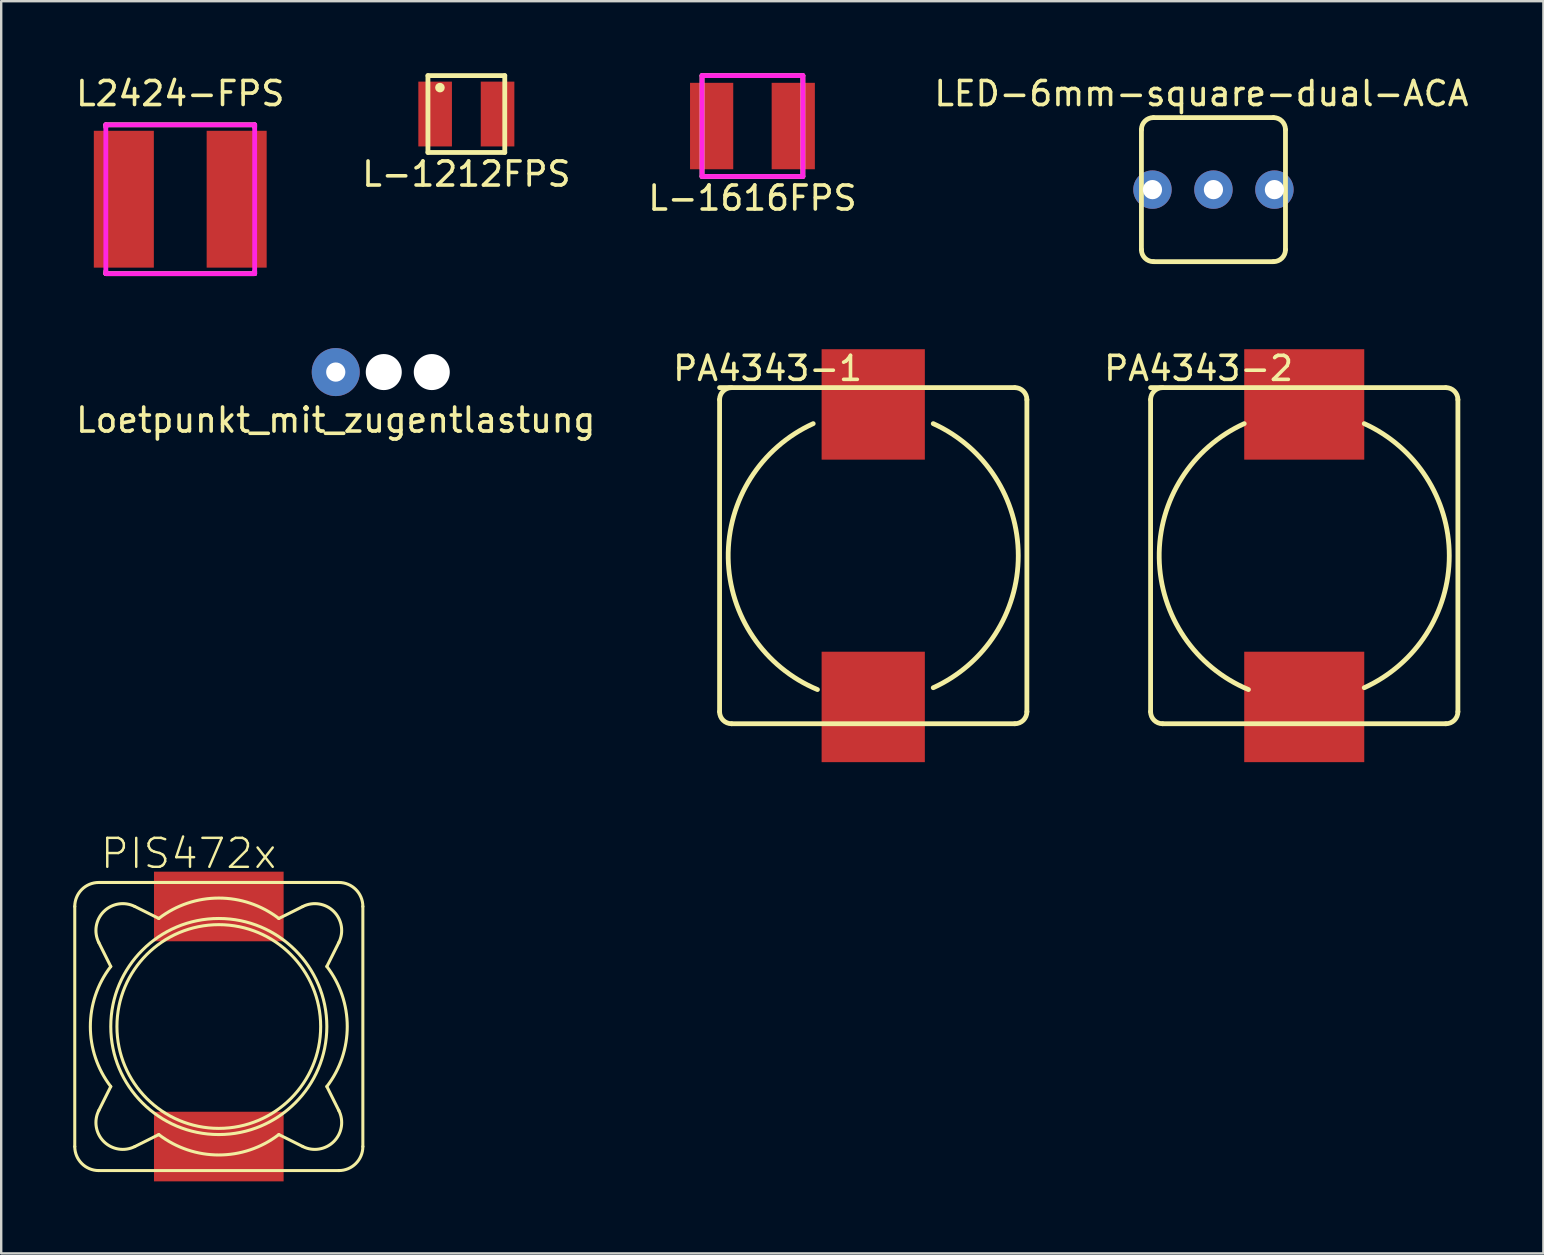
<source format=kicad_pcb>
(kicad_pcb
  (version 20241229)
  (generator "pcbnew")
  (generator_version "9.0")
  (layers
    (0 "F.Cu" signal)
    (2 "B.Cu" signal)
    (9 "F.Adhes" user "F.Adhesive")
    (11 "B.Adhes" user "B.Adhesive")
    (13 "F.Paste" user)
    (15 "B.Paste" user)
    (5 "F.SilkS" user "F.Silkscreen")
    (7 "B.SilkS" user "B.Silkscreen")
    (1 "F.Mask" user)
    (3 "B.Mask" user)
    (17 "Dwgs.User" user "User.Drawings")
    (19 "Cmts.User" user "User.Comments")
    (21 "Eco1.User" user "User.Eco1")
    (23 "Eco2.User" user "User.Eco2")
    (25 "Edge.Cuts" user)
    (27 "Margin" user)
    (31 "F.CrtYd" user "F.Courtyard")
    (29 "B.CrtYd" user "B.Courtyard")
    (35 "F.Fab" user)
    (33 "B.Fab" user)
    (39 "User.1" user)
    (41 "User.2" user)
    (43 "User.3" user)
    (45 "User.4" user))
  (footprint "PA4343-1"
    (layer "F.Cu")
    (at 33.323 20.096)
    (property "Reference" "PA4343-1" (at -4.4 -7.8 0) (layer "F.SilkS") (effects (font (size 1 1) (thickness 0.15))))
    (attr through_hole)
    (fp_line (start -6.4 -7) (end 5.9 -7) (stroke (width 0.2) (type solid)) (layer "F.SilkS"))
    (fp_line (start -6.4 6.5) (end -6.4 -6.5) (stroke (width 0.2) (type solid)) (layer "F.SilkS"))
    (fp_line (start 5.9 7) (end -5.9 7) (stroke (width 0.2) (type solid)) (layer "F.SilkS"))
    (fp_line (start 6.4 -6.5) (end 6.4 6.5) (stroke (width 0.2) (type solid)) (layer "F.SilkS"))
    (fp_arc (start -6.4 -6.5) (mid -6.253553 -6.853553) (end -5.9 -7) (stroke (width 0.2) (type solid)) (layer "F.SilkS"))
    (fp_arc (start -5.9 7) (mid -6.253553 6.853553) (end -6.4 6.5) (stroke (width 0.2) (type solid)) (layer "F.SilkS"))
    (fp_arc (start -2.323663 5.57679) (mid -6.040757 0.096166) (end -2.5 -5.5) (stroke (width 0.2) (type solid)) (layer "F.SilkS"))
    (fp_arc (start 2.5 -5.5) (mid 6.041523 0) (end 2.5 5.5) (stroke (width 0.2) (type solid)) (layer "F.SilkS"))
    (fp_arc (start 5.9 -7) (mid 6.253553 -6.853553) (end 6.4 -6.5) (stroke (width 0.2) (type solid)) (layer "F.SilkS"))
    (fp_arc (start 6.4 6.5) (mid 6.253553 6.853553) (end 5.9 7) (stroke (width 0.2) (type solid)) (layer "F.SilkS"))
    (pad "1" smd rect (at 0 -6.3) (size 4.3 4.6) (layers "F.Cu" "F.Mask" "F.Paste"))
    (pad "2" smd rect (at 0 6.3) (size 4.3 4.6) (layers "F.Cu" "F.Mask" "F.Paste")))
  (footprint "LED-6mm-square-dual-ACA"
    (layer "F.Cu")
    (at 47.494 4.848)
    (property "Reference" "LED-6mm-square-dual-ACA" (at -0.5 -4 0) (layer "F.SilkS") (effects (font (size 1 1) (thickness 0.15))))
    (attr through_hole)
    (fp_line (start -3 -2.5) (end -3 2.5) (stroke (width 0.2) (type solid)) (layer "F.SilkS"))
    (fp_line (start -2.5 3) (end 2.5 3) (stroke (width 0.2) (type solid)) (layer "F.SilkS"))
    (fp_line (start 2.5 -3) (end -2.5 -3) (stroke (width 0.2) (type solid)) (layer "F.SilkS"))
    (fp_line (start 3 2.5) (end 3 -2.5) (stroke (width 0.2) (type solid)) (layer "F.SilkS"))
    (fp_arc (start -3 -2.5) (mid -2.853553 -2.853553) (end -2.5 -3) (stroke (width 0.2) (type solid)) (layer "F.SilkS"))
    (fp_arc (start -2.5 3) (mid -2.853553 2.853553) (end -3 2.5) (stroke (width 0.2) (type solid)) (layer "F.SilkS"))
    (fp_arc (start 2.5 -3) (mid 2.853553 -2.853553) (end 3 -2.5) (stroke (width 0.2) (type solid)) (layer "F.SilkS"))
    (fp_arc (start 3 2.5) (mid 2.853553 2.853553) (end 2.5 3) (stroke (width 0.2) (type solid)) (layer "F.SilkS"))
    (pad "1" thru_hole circle (at -2.54 0) (size 1.6 1.6) (drill 0.8) (layers "*.Cu" "*.Mask"))
    (pad "2" thru_hole circle (at 0 0) (size 1.6 1.6) (drill 0.8) (layers "*.Cu" "*.Mask"))
    (pad "3" thru_hole circle (at 2.54 0) (size 1.6 1.6) (drill 0.8) (layers "*.Cu" "*.Mask")))
  (footprint "L2424-FPS"
    (layer "F.Cu")
    (at 4.458 5.248)
    (property "Reference" "L2424-FPS" (at 0 -4.4 0) (layer "F.SilkS") (effects (font (size 1 1) (thickness 0.15))))
    (attr through_hole)
    (fp_line (start -3.1 -3.1) (end 3.1 -3.1) (stroke (width 0.2) (type solid)) (layer "F.SilkS"))
    (fp_line (start -3.1 -3) (end -3.1 -3.1) (stroke (width 0.2) (type solid)) (layer "F.SilkS"))
    (fp_line (start -3.1 3) (end -3.1 3.1) (stroke (width 0.2) (type solid)) (layer "F.SilkS"))
    (fp_line (start -3.1 3.1) (end 3.1 3.1) (stroke (width 0.2) (type solid)) (layer "F.SilkS"))
    (fp_line (start 3.1 -3.1) (end 3.1 -3) (stroke (width 0.2) (type solid)) (layer "F.SilkS"))
    (fp_line (start 3.1 3.1) (end 3.1 3) (stroke (width 0.2) (type solid)) (layer "F.SilkS"))
    (fp_line (start -3.1 -3.1) (end 3.1 -3.1) (stroke (width 0.2) (type solid)) (layer "F.CrtYd"))
    (fp_line (start -3.1 3.1) (end -3.1 -3.1) (stroke (width 0.2) (type solid)) (layer "F.CrtYd"))
    (fp_line (start 3.1 -3.1) (end 3.1 3.1) (stroke (width 0.2) (type solid)) (layer "F.CrtYd"))
    (fp_line (start 3.1 3.1) (end -3.1 3.1) (stroke (width 0.2) (type solid)) (layer "F.CrtYd"))
    (pad "1" smd rect (at -2.35 0) (size 2.5 5.7) (layers "F.Cu" "F.Mask" "F.Paste"))
    (pad "2" smd rect (at 2.35 0) (size 2.5 5.7) (layers "F.Cu" "F.Mask" "F.Paste")))
  (footprint "PA4343-2"
    (layer "F.Cu")
    (at 51.276 20.096)
    (property "Reference" "PA4343-2" (at -4.4 -7.8 0) (layer "F.SilkS") (effects (font (size 1 1) (thickness 0.15))))
    (attr through_hole)
    (fp_line (start -6.4 -7) (end 5.9 -7) (stroke (width 0.2) (type solid)) (layer "F.SilkS"))
    (fp_line (start -6.4 6.5) (end -6.4 -6.5) (stroke (width 0.2) (type solid)) (layer "F.SilkS"))
    (fp_line (start 5.9 7) (end -5.9 7) (stroke (width 0.2) (type solid)) (layer "F.SilkS"))
    (fp_line (start 6.4 -6.5) (end 6.4 6.5) (stroke (width 0.2) (type solid)) (layer "F.SilkS"))
    (fp_arc (start -6.4 -6.5) (mid -6.253553 -6.853553) (end -5.9 -7) (stroke (width 0.2) (type solid)) (layer "F.SilkS"))
    (fp_arc (start -5.9 7) (mid -6.253553 6.853553) (end -6.4 6.5) (stroke (width 0.2) (type solid)) (layer "F.SilkS"))
    (fp_arc (start -2.323663 5.57679) (mid -6.040757 0.096166) (end -2.5 -5.5) (stroke (width 0.2) (type solid)) (layer "F.SilkS"))
    (fp_arc (start 2.5 -5.5) (mid 6.041523 0) (end 2.5 5.5) (stroke (width 0.2) (type solid)) (layer "F.SilkS"))
    (fp_arc (start 5.9 -7) (mid 6.253553 -6.853553) (end 6.4 -6.5) (stroke (width 0.2) (type solid)) (layer "F.SilkS"))
    (fp_arc (start 6.4 6.5) (mid 6.253553 6.853553) (end 5.9 7) (stroke (width 0.2) (type solid)) (layer "F.SilkS"))
    (pad "1" smd rect (at 0 -6.3) (size 5 4.6) (layers "F.Cu" "F.Mask" "F.Paste"))
    (pad "2" smd rect (at 0 6.3) (size 5 4.6) (layers "F.Cu" "F.Mask" "F.Paste")))
  (footprint "L-1616FPS"
    (layer "F.Cu")
    (at 28.292 2.2)
    (property "Reference" "L-1616FPS" (at 0 3 0) (layer "F.SilkS") (effects (font (size 1 1) (thickness 0.15))))
    (attr through_hole)
    (fp_line (start -2.1 -2.1) (end 2.1 -2.1) (stroke (width 0.2) (type solid)) (layer "F.SilkS"))
    (fp_line (start -2.1 2.1) (end -2.1 -2.1) (stroke (width 0.2) (type solid)) (layer "F.SilkS"))
    (fp_line (start 2.1 -2.1) (end 2.1 2.1) (stroke (width 0.2) (type solid)) (layer "F.SilkS"))
    (fp_line (start 2.1 2.1) (end -2.1 2.1) (stroke (width 0.2) (type solid)) (layer "F.SilkS"))
    (fp_line (start -2.1 -2.1) (end 2.1 -2.1) (stroke (width 0.2) (type solid)) (layer "F.CrtYd"))
    (fp_line (start -2.1 2.1) (end -2.1 -2.1) (stroke (width 0.2) (type solid)) (layer "F.CrtYd"))
    (fp_line (start 2.1 -2.1) (end 2.1 2.1) (stroke (width 0.2) (type solid)) (layer "F.CrtYd"))
    (fp_line (start 2.1 2.1) (end -2.1 2.1) (stroke (width 0.2) (type solid)) (layer "F.CrtYd"))
    (pad "1" smd rect (at -1.7 0) (size 1.8 3.6) (layers "F.Cu" "F.Mask" "F.Paste"))
    (pad "2" smd rect (at 1.7 0) (size 1.8 3.6) (layers "F.Cu" "F.Mask" "F.Paste")))
  (footprint "Loetpunkt_mit_zugentlastung"
    (layer "F.Cu")
    (at 10.935 12.448)
    (property "Reference" "Loetpunkt_mit_zugentlastung" (at 0 2 0) (layer "F.SilkS") (effects (font (size 1 1) (thickness 0.15))))
    (attr through_hole)
    (pad "" np_thru_hole circle (at 2 0) (size 1.5 1.5) (drill 1.5) (layers "*.Cu"))
    (pad "" np_thru_hole circle (at 4 0) (size 1.5 1.5) (drill 1.5) (layers "*.Cu"))
    (pad "1" thru_hole circle (at 0 0) (size 2 2) (drill 0.8) (layers "*.Cu" "*.Mask")))
  (footprint "L-1212FPS"
    (layer "F.Cu")
    (at 16.375 1.7)
    (property "Reference" "L-1212FPS" (at 0 2.5 0) (layer "F.SilkS") (effects (font (size 1 1) (thickness 0.15))))
    (attr through_hole)
    (fp_line (start -1.6 -1.6) (end 1.6 -1.6) (stroke (width 0.2) (type solid)) (layer "F.SilkS"))
    (fp_line (start -1.6 1.6) (end -1.6 -1.6) (stroke (width 0.2) (type solid)) (layer "F.SilkS"))
    (fp_line (start 1.6 -1.6) (end 1.6 1.6) (stroke (width 0.2) (type solid)) (layer "F.SilkS"))
    (fp_line (start 1.6 1.6) (end -1.6 1.6) (stroke (width 0.2) (type solid)) (layer "F.SilkS"))
    (fp_circle (center -1.1 -1.1) (end -1 -1.1) (stroke (width 0.2) (type solid)) (fill no) (layer "F.SilkS"))
    (pad "1" smd rect (at -1.3 0) (size 1.4 2.7) (layers "F.Cu" "F.Mask" "F.Paste"))
    (pad "2" smd rect (at 1.3 0) (size 1.4 2.7) (layers "F.Cu" "F.Mask" "F.Paste")))
  (footprint "PIS472x"
    (layer "F.Cu")
    (at 6.064 39.708)
    (property "Reference" "PIS472x" (at -5 -6.5 0) (layer "F.SilkS") (effects (font (size 1.206 1.206) (thickness 0.102)) (justify left bottom)))
    (attr through_hole)
    (fp_line (start -6 -5) (end -6 5) (stroke (width 0.127) (type solid)) (layer "F.SilkS"))
    (fp_line (start -5 3.5) (end -4.5 2.5) (stroke (width 0.127) (type solid)) (layer "F.SilkS"))
    (fp_line (start -5 6) (end 5 6) (stroke (width 0.127) (type solid)) (layer "F.SilkS"))
    (fp_line (start -4.5 -2.5) (end -5 -3.5) (stroke (width 0.127) (type solid)) (layer "F.SilkS"))
    (fp_line (start -3.5 -5) (end -2.5 -4.5) (stroke (width 0.127) (type solid)) (layer "F.SilkS"))
    (fp_line (start -2.5 4.5) (end -3.5 5) (stroke (width 0.127) (type solid)) (layer "F.SilkS"))
    (fp_line (start 2.5 -4.5) (end 3.5 -5) (stroke (width 0.127) (type solid)) (layer "F.SilkS"))
    (fp_line (start 3.5 5) (end 2.5 4.5) (stroke (width 0.127) (type solid)) (layer "F.SilkS"))
    (fp_line (start 4.5 2.5) (end 5 3.5) (stroke (width 0.127) (type solid)) (layer "F.SilkS"))
    (fp_line (start 5 -6) (end -5 -6) (stroke (width 0.127) (type solid)) (layer "F.SilkS"))
    (fp_line (start 5 -3.5) (end 4.5 -2.5) (stroke (width 0.127) (type solid)) (layer "F.SilkS"))
    (fp_line (start 6 5) (end 6 -5) (stroke (width 0.127) (type solid)) (layer "F.SilkS"))
    (fp_arc (start -6 -5) (mid -5.707107 -5.707107) (end -5 -6) (stroke (width 0.127) (type solid)) (layer "F.SilkS"))
    (fp_arc (start -5 -3.5) (mid -4.790568 -4.79057) (end -3.499998 -4.999999) (stroke (width 0.127) (type solid)) (layer "F.SilkS"))
    (fp_arc (start -5 6) (mid -5.707107 5.707107) (end -6 5) (stroke (width 0.127) (type solid)) (layer "F.SilkS"))
    (fp_arc (start -4.5 2.5) (mid -5.350305 -0.000001) (end -4.499999 -2.500001) (stroke (width 0.127) (type solid)) (layer "F.SilkS"))
    (fp_arc (start -3.5 5) (mid -4.79057 4.790568) (end -4.999999 3.499998) (stroke (width 0.127) (type solid)) (layer "F.SilkS"))
    (fp_arc (start -2.5 -4.5) (mid 0.000001 -5.350305) (end 2.500001 -4.499999) (stroke (width 0.127) (type solid)) (layer "F.SilkS"))
    (fp_arc (start 2.5 4.5) (mid -0.000001 5.350305) (end -2.500001 4.499999) (stroke (width 0.127) (type solid)) (layer "F.SilkS"))
    (fp_arc (start 3.5 -5) (mid 4.79057 -4.790568) (end 4.999999 -3.499998) (stroke (width 0.127) (type solid)) (layer "F.SilkS"))
    (fp_arc (start 4.5 -2.5) (mid 5.350305 0.000001) (end 4.499999 2.500001) (stroke (width 0.127) (type solid)) (layer "F.SilkS"))
    (fp_arc (start 5 -6) (mid 5.707107 -5.707107) (end 6 -5) (stroke (width 0.127) (type solid)) (layer "F.SilkS"))
    (fp_arc (start 5 3.5) (mid 4.790568 4.79057) (end 3.499998 4.999999) (stroke (width 0.127) (type solid)) (layer "F.SilkS"))
    (fp_arc (start 6 5) (mid 5.707107 5.707107) (end 5 6) (stroke (width 0.127) (type solid)) (layer "F.SilkS"))
    (fp_circle (center 0 0) (end 4.243 0) (stroke (width 0.127) (type solid)) (fill no) (layer "F.SilkS"))
    (fp_circle (center 0 0) (end 4.5 0) (stroke (width 0.127) (type solid)) (fill no) (layer "F.SilkS"))
    (pad "1" smd rect (at 0 -5 180) (size 5.4 2.9) (layers "F.Cu" "F.Mask" "F.Paste"))
    (pad "2" smd rect (at 0 5 180) (size 5.4 2.9) (layers "F.Cu" "F.Mask" "F.Paste")))
  (gr_rect
    (start -3 -3)
    (end 61.238 49.158)
    (stroke (width 0.1) (type default))
    (fill no)
    (layer "Edge.Cuts")))
</source>
